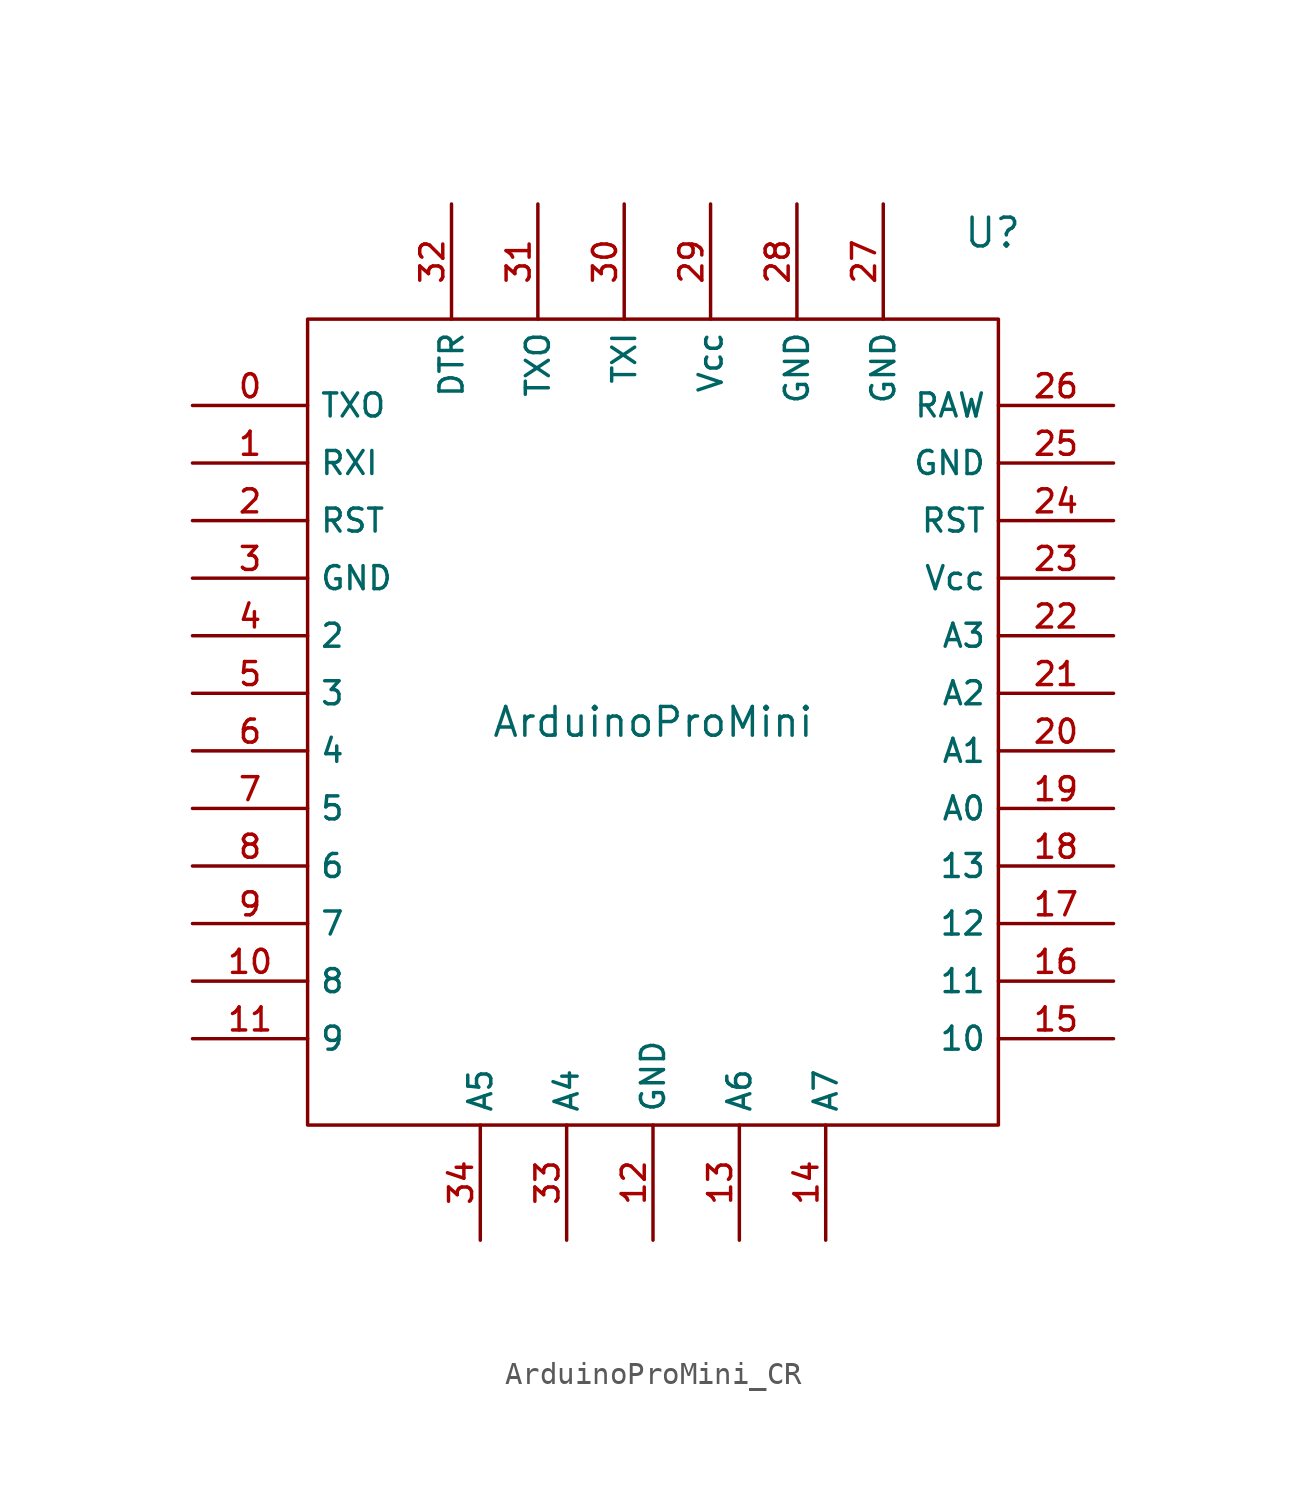
<source format=kicad_sym>
(kicad_symbol_lib
  (version 20231120)
  (generator "kicad_symbol_editor")
  (generator_version "8.0")
  (symbol "ArduinoProMini_CR"
    (property "Reference" "U"
      (at 14.986 21.59 0)
      (effects (font (size 1.27 1.27))))
    (property "Value" "ArduinoProMini"
      (at 0 0 0)
      (effects (font (size 1.27 1.27))))
    (symbol "ArduinoProMini_CR_0_1"
      (rectangle (start -15.24 17.78) (end 15.24 -17.78) (stroke (width 0) (type default)) (fill (type none))))
    (symbol "ArduinoProMini_CR_1_0"
      (pin output line (at -20.32 13.97 0) (length 5.08) (name "TXO" (effects (font (size 1.016 1.016)))) (number "0" (effects (font (size 1.016 1.016)))))
      (pin input line (at -20.32 11.43 0) (length 5.08) (name "RXI" (effects (font (size 1.016 1.016)))) (number "1" (effects (font (size 1.016 1.016)))))
      (pin bidirectional line (at -20.32 -11.43 0) (length 5.08) (name "8" (effects (font (size 1.016 1.016)))) (number "10" (effects (font (size 1.016 1.016)))))
      (pin bidirectional line (at -20.32 -13.97 0) (length 5.08) (name "9" (effects (font (size 1.016 1.016)))) (number "11" (effects (font (size 1.016 1.016)))))
      (pin power_in line (at 0 -22.86 90) (length 5.08) (name "GND" (effects (font (size 1.016 1.016)))) (number "12" (effects (font (size 1.016 1.016)))))
      (pin bidirectional line (at 3.81 -22.86 90) (length 5.08) (name "A6" (effects (font (size 1.016 1.016)))) (number "13" (effects (font (size 1.016 1.016)))))
      (pin bidirectional line (at 7.62 -22.86 90) (length 5.08) (name "A7" (effects (font (size 1.016 1.016)))) (number "14" (effects (font (size 1.016 1.016)))))
      (pin bidirectional line (at 20.32 -13.97 180) (length 5.08) (name "10" (effects (font (size 1.016 1.016)))) (number "15" (effects (font (size 1.016 1.016)))))
      (pin bidirectional line (at 20.32 -11.43 180) (length 5.08) (name "11" (effects (font (size 1.016 1.016)))) (number "16" (effects (font (size 1.016 1.016)))))
      (pin bidirectional line (at 20.32 -8.89 180) (length 5.08) (name "12" (effects (font (size 1.016 1.016)))) (number "17" (effects (font (size 1.016 1.016)))))
      (pin bidirectional line (at 20.32 -6.35 180) (length 5.08) (name "13" (effects (font (size 1.016 1.016)))) (number "18" (effects (font (size 1.016 1.016)))))
      (pin bidirectional line (at 20.32 -3.81 180) (length 5.08) (name "A0" (effects (font (size 1.016 1.016)))) (number "19" (effects (font (size 1.016 1.016)))))
      (pin passive line (at -20.32 8.89 0) (length 5.08) (name "RST" (effects (font (size 1.016 1.016)))) (number "2" (effects (font (size 1.016 1.016)))))
      (pin bidirectional line (at 20.32 -1.27 180) (length 5.08) (name "A1" (effects (font (size 1.016 1.016)))) (number "20" (effects (font (size 1.016 1.016)))))
      (pin bidirectional line (at 20.32 1.27 180) (length 5.08) (name "A2" (effects (font (size 1.016 1.016)))) (number "21" (effects (font (size 1.016 1.016)))))
      (pin bidirectional line (at 20.32 3.81 180) (length 5.08) (name "A3" (effects (font (size 1.016 1.016)))) (number "22" (effects (font (size 1.016 1.016)))))
      (pin power_in line (at 20.32 6.35 180) (length 5.08) (name "Vcc" (effects (font (size 1.016 1.016)))) (number "23" (effects (font (size 1.016 1.016)))))
      (pin passive line (at 20.32 8.89 180) (length 5.08) (name "RST" (effects (font (size 1.016 1.016)))) (number "24" (effects (font (size 1.016 1.016)))))
      (pin power_in line (at 20.32 11.43 180) (length 5.08) (name "GND" (effects (font (size 1.016 1.016)))) (number "25" (effects (font (size 1.016 1.016)))))
      (pin power_in line (at 20.32 13.97 180) (length 5.08) (name "RAW" (effects (font (size 1.016 1.016)))) (number "26" (effects (font (size 1.016 1.016)))))
      (pin input line (at 10.16 22.86 270) (length 5.08) (name "GND" (effects (font (size 1.016 1.016)))) (number "27" (effects (font (size 1.016 1.016)))))
      (pin power_in line (at 6.35 22.86 270) (length 5.08) (name "GND" (effects (font (size 1.016 1.016)))) (number "28" (effects (font (size 1.016 1.016)))))
      (pin power_in line (at 2.54 22.86 270) (length 5.08) (name "Vcc" (effects (font (size 1.016 1.016)))) (number "29" (effects (font (size 1.016 1.016)))))
      (pin power_in line (at -20.32 6.35 0) (length 5.08) (name "GND" (effects (font (size 1.016 1.016)))) (number "3" (effects (font (size 1.016 1.016)))))
      (pin input line (at -1.27 22.86 270) (length 5.08) (name "TXI" (effects (font (size 1.016 1.016)))) (number "30" (effects (font (size 1.016 1.016)))))
      (pin output line (at -5.08 22.86 270) (length 5.08) (name "TXO" (effects (font (size 1.016 1.016)))) (number "31" (effects (font (size 1.016 1.016)))))
      (pin passive line (at -8.89 22.86 270) (length 5.08) (name "DTR" (effects (font (size 1.016 1.016)))) (number "32" (effects (font (size 1.016 1.016)))))
      (pin bidirectional line (at -3.81 -22.86 90) (length 5.08) (name "A4" (effects (font (size 1.016 1.016)))) (number "33" (effects (font (size 1.016 1.016)))))
      (pin bidirectional line (at -7.62 -22.86 90) (length 5.08) (name "A5" (effects (font (size 1.016 1.016)))) (number "34" (effects (font (size 1.016 1.016)))))
      (pin bidirectional line (at -20.32 3.81 0) (length 5.08) (name "2" (effects (font (size 1.016 1.016)))) (number "4" (effects (font (size 1.016 1.016)))))
      (pin bidirectional line (at -20.32 1.27 0) (length 5.08) (name "3" (effects (font (size 1.016 1.016)))) (number "5" (effects (font (size 1.016 1.016)))))
      (pin bidirectional line (at -20.32 -1.27 0) (length 5.08) (name "4" (effects (font (size 1.016 1.016)))) (number "6" (effects (font (size 1.016 1.016)))))
      (pin bidirectional line (at -20.32 -3.81 0) (length 5.08) (name "5" (effects (font (size 1.016 1.016)))) (number "7" (effects (font (size 1.016 1.016)))))
      (pin bidirectional line (at -20.32 -6.35 0) (length 5.08) (name "6" (effects (font (size 1.016 1.016)))) (number "8" (effects (font (size 1.016 1.016)))))
      (pin bidirectional line (at -20.32 -8.89 0) (length 5.08) (name "7" (effects (font (size 1.016 1.016)))) (number "9" (effects (font (size 1.016 1.016))))))))
</source>
